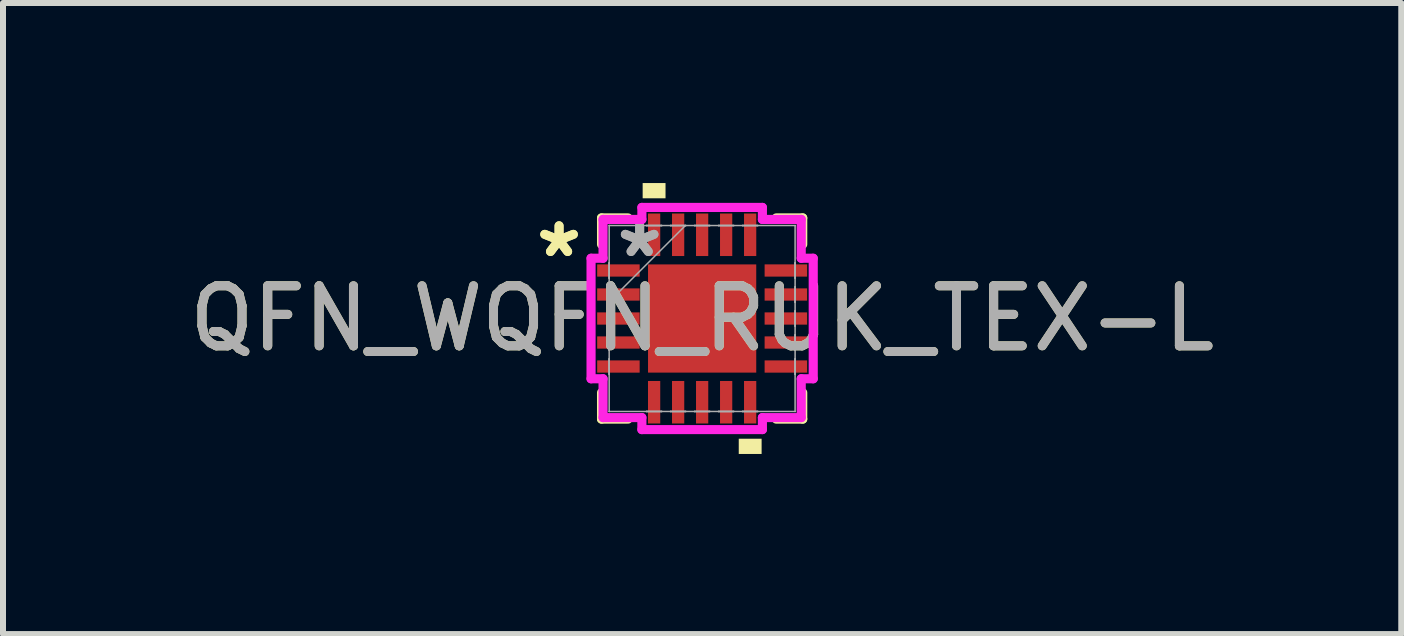
<source format=kicad_pcb>
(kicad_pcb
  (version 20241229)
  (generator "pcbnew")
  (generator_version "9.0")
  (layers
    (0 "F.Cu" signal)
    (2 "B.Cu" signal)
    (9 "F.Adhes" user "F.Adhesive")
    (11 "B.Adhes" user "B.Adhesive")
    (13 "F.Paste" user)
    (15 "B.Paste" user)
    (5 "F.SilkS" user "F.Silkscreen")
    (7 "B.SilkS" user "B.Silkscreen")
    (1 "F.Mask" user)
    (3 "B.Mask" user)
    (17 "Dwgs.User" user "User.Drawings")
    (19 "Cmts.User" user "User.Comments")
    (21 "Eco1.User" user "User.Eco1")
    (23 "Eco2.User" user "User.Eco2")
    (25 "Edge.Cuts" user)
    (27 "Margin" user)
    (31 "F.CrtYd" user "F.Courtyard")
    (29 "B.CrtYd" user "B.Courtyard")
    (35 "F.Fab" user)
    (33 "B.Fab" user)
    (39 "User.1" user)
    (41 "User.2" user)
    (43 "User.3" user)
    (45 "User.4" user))
  (footprint "QFN_WQFN_RUK_TEX-L"
    (layer "F.Cu")
    (at 8.649 2.257)
    (property "Reference" "QFN_WQFN_RUK_TEX-L" (at 0 0 0) (unlocked yes) (layer "F.SilkS") (effects (font (size 1 1) (thickness 0.15))))
    (attr smd)
    (fp_line (start -1.676 -1.676) (end -1.676 -1.235) (stroke (width 0.152) (type solid)) (layer "F.SilkS"))
    (fp_line (start -1.676 1.235) (end -1.676 1.676) (stroke (width 0.152) (type solid)) (layer "F.SilkS"))
    (fp_line (start -1.676 1.676) (end -1.235 1.676) (stroke (width 0.152) (type solid)) (layer "F.SilkS"))
    (fp_line (start -1.235 -1.676) (end -1.676 -1.676) (stroke (width 0.152) (type solid)) (layer "F.SilkS"))
    (fp_line (start 1.235 1.676) (end 1.676 1.676) (stroke (width 0.152) (type solid)) (layer "F.SilkS"))
    (fp_line (start 1.676 -1.676) (end 1.235 -1.676) (stroke (width 0.152) (type solid)) (layer "F.SilkS"))
    (fp_line (start 1.676 -1.235) (end 1.676 -1.676) (stroke (width 0.152) (type solid)) (layer "F.SilkS"))
    (fp_line (start 1.676 1.676) (end 1.676 1.235) (stroke (width 0.152) (type solid)) (layer "F.SilkS"))
    (fp_poly (pts (xy -0.991 -2.003) (xy -0.991 -2.257) (xy -0.61 -2.257) (xy -0.61 -2.003)) (stroke (width 0) (type solid)) (fill yes) (layer "F.SilkS"))
    (fp_poly (pts (xy 0.61 2.003) (xy 0.61 2.257) (xy 0.991 2.257) (xy 0.991 2.003)) (stroke (width 0) (type solid)) (fill yes) (layer "F.SilkS"))
    (fp_line (start -1.851 -1.004) (end -1.651 -1.004) (stroke (width 0.152) (type solid)) (layer "F.CrtYd"))
    (fp_line (start -1.851 1.004) (end -1.851 -1.004) (stroke (width 0.152) (type solid)) (layer "F.CrtYd"))
    (fp_line (start -1.651 -1.651) (end -1.004 -1.651) (stroke (width 0.152) (type solid)) (layer "F.CrtYd"))
    (fp_line (start -1.651 -1.004) (end -1.651 -1.651) (stroke (width 0.152) (type solid)) (layer "F.CrtYd"))
    (fp_line (start -1.651 1.004) (end -1.851 1.004) (stroke (width 0.152) (type solid)) (layer "F.CrtYd"))
    (fp_line (start -1.651 1.651) (end -1.651 1.004) (stroke (width 0.152) (type solid)) (layer "F.CrtYd"))
    (fp_line (start -1.004 -1.851) (end 1.004 -1.851) (stroke (width 0.152) (type solid)) (layer "F.CrtYd"))
    (fp_line (start -1.004 -1.651) (end -1.004 -1.851) (stroke (width 0.152) (type solid)) (layer "F.CrtYd"))
    (fp_line (start -1.004 1.651) (end -1.651 1.651) (stroke (width 0.152) (type solid)) (layer "F.CrtYd"))
    (fp_line (start -1.004 1.851) (end -1.004 1.651) (stroke (width 0.152) (type solid)) (layer "F.CrtYd"))
    (fp_line (start 1.004 -1.851) (end 1.004 -1.651) (stroke (width 0.152) (type solid)) (layer "F.CrtYd"))
    (fp_line (start 1.004 -1.651) (end 1.651 -1.651) (stroke (width 0.152) (type solid)) (layer "F.CrtYd"))
    (fp_line (start 1.004 1.651) (end 1.004 1.851) (stroke (width 0.152) (type solid)) (layer "F.CrtYd"))
    (fp_line (start 1.004 1.851) (end -1.004 1.851) (stroke (width 0.152) (type solid)) (layer "F.CrtYd"))
    (fp_line (start 1.651 -1.651) (end 1.651 -1.004) (stroke (width 0.152) (type solid)) (layer "F.CrtYd"))
    (fp_line (start 1.651 -1.004) (end 1.851 -1.004) (stroke (width 0.152) (type solid)) (layer "F.CrtYd"))
    (fp_line (start 1.651 1.004) (end 1.651 1.651) (stroke (width 0.152) (type solid)) (layer "F.CrtYd"))
    (fp_line (start 1.651 1.651) (end 1.004 1.651) (stroke (width 0.152) (type solid)) (layer "F.CrtYd"))
    (fp_line (start 1.851 -1.004) (end 1.851 1.004) (stroke (width 0.152) (type solid)) (layer "F.CrtYd"))
    (fp_line (start 1.851 1.004) (end 1.651 1.004) (stroke (width 0.152) (type solid)) (layer "F.CrtYd"))
    (fp_line (start -1.549 -1.549) (end -1.549 -1.549) (stroke (width 0.025) (type solid)) (layer "F.Fab"))
    (fp_line (start -1.549 -1.549) (end -1.549 1.549) (stroke (width 0.025) (type solid)) (layer "F.Fab"))
    (fp_line (start -1.549 -0.927) (end -1.549 -0.927) (stroke (width 0.025) (type solid)) (layer "F.Fab"))
    (fp_line (start -1.549 -0.927) (end -1.549 -0.673) (stroke (width 0.025) (type solid)) (layer "F.Fab"))
    (fp_line (start -1.549 -0.673) (end -1.549 -0.927) (stroke (width 0.025) (type solid)) (layer "F.Fab"))
    (fp_line (start -1.549 -0.673) (end -1.549 -0.673) (stroke (width 0.025) (type solid)) (layer "F.Fab"))
    (fp_line (start -1.549 -0.527) (end -1.549 -0.527) (stroke (width 0.025) (type solid)) (layer "F.Fab"))
    (fp_line (start -1.549 -0.527) (end -1.549 -0.273) (stroke (width 0.025) (type solid)) (layer "F.Fab"))
    (fp_line (start -1.549 -0.279) (end -0.279 -1.549) (stroke (width 0.025) (type solid)) (layer "F.Fab"))
    (fp_line (start -1.549 -0.273) (end -1.549 -0.527) (stroke (width 0.025) (type solid)) (layer "F.Fab"))
    (fp_line (start -1.549 -0.273) (end -1.549 -0.273) (stroke (width 0.025) (type solid)) (layer "F.Fab"))
    (fp_line (start -1.549 -0.127) (end -1.549 -0.127) (stroke (width 0.025) (type solid)) (layer "F.Fab"))
    (fp_line (start -1.549 -0.127) (end -1.549 0.127) (stroke (width 0.025) (type solid)) (layer "F.Fab"))
    (fp_line (start -1.549 0.127) (end -1.549 -0.127) (stroke (width 0.025) (type solid)) (layer "F.Fab"))
    (fp_line (start -1.549 0.127) (end -1.549 0.127) (stroke (width 0.025) (type solid)) (layer "F.Fab"))
    (fp_line (start -1.549 0.273) (end -1.549 0.273) (stroke (width 0.025) (type solid)) (layer "F.Fab"))
    (fp_line (start -1.549 0.273) (end -1.549 0.527) (stroke (width 0.025) (type solid)) (layer "F.Fab"))
    (fp_line (start -1.549 0.527) (end -1.549 0.273) (stroke (width 0.025) (type solid)) (layer "F.Fab"))
    (fp_line (start -1.549 0.527) (end -1.549 0.527) (stroke (width 0.025) (type solid)) (layer "F.Fab"))
    (fp_line (start -1.549 0.673) (end -1.549 0.673) (stroke (width 0.025) (type solid)) (layer "F.Fab"))
    (fp_line (start -1.549 0.673) (end -1.549 0.927) (stroke (width 0.025) (type solid)) (layer "F.Fab"))
    (fp_line (start -1.549 0.927) (end -1.549 0.673) (stroke (width 0.025) (type solid)) (layer "F.Fab"))
    (fp_line (start -1.549 0.927) (end -1.549 0.927) (stroke (width 0.025) (type solid)) (layer "F.Fab"))
    (fp_line (start -1.549 1.549) (end -1.549 1.549) (stroke (width 0.025) (type solid)) (layer "F.Fab"))
    (fp_line (start -1.549 1.549) (end 1.549 1.549) (stroke (width 0.025) (type solid)) (layer "F.Fab"))
    (fp_line (start -0.927 -1.549) (end -0.927 -1.549) (stroke (width 0.025) (type solid)) (layer "F.Fab"))
    (fp_line (start -0.927 -1.549) (end -0.673 -1.549) (stroke (width 0.025) (type solid)) (layer "F.Fab"))
    (fp_line (start -0.927 1.549) (end -0.927 1.549) (stroke (width 0.025) (type solid)) (layer "F.Fab"))
    (fp_line (start -0.927 1.549) (end -0.673 1.549) (stroke (width 0.025) (type solid)) (layer "F.Fab"))
    (fp_line (start -0.673 -1.549) (end -0.927 -1.549) (stroke (width 0.025) (type solid)) (layer "F.Fab"))
    (fp_line (start -0.673 -1.549) (end -0.673 -1.549) (stroke (width 0.025) (type solid)) (layer "F.Fab"))
    (fp_line (start -0.673 1.549) (end -0.927 1.549) (stroke (width 0.025) (type solid)) (layer "F.Fab"))
    (fp_line (start -0.673 1.549) (end -0.673 1.549) (stroke (width 0.025) (type solid)) (layer "F.Fab"))
    (fp_line (start -0.527 -1.549) (end -0.527 -1.549) (stroke (width 0.025) (type solid)) (layer "F.Fab"))
    (fp_line (start -0.527 -1.549) (end -0.273 -1.549) (stroke (width 0.025) (type solid)) (layer "F.Fab"))
    (fp_line (start -0.527 1.549) (end -0.527 1.549) (stroke (width 0.025) (type solid)) (layer "F.Fab"))
    (fp_line (start -0.527 1.549) (end -0.273 1.549) (stroke (width 0.025) (type solid)) (layer "F.Fab"))
    (fp_line (start -0.273 -1.549) (end -0.527 -1.549) (stroke (width 0.025) (type solid)) (layer "F.Fab"))
    (fp_line (start -0.273 -1.549) (end -0.273 -1.549) (stroke (width 0.025) (type solid)) (layer "F.Fab"))
    (fp_line (start -0.273 1.549) (end -0.527 1.549) (stroke (width 0.025) (type solid)) (layer "F.Fab"))
    (fp_line (start -0.273 1.549) (end -0.273 1.549) (stroke (width 0.025) (type solid)) (layer "F.Fab"))
    (fp_line (start -0.127 -1.549) (end -0.127 -1.549) (stroke (width 0.025) (type solid)) (layer "F.Fab"))
    (fp_line (start -0.127 -1.549) (end 0.127 -1.549) (stroke (width 0.025) (type solid)) (layer "F.Fab"))
    (fp_line (start -0.127 1.549) (end -0.127 1.549) (stroke (width 0.025) (type solid)) (layer "F.Fab"))
    (fp_line (start -0.127 1.549) (end 0.127 1.549) (stroke (width 0.025) (type solid)) (layer "F.Fab"))
    (fp_line (start 0.127 -1.549) (end -0.127 -1.549) (stroke (width 0.025) (type solid)) (layer "F.Fab"))
    (fp_line (start 0.127 -1.549) (end 0.127 -1.549) (stroke (width 0.025) (type solid)) (layer "F.Fab"))
    (fp_line (start 0.127 1.549) (end -0.127 1.549) (stroke (width 0.025) (type solid)) (layer "F.Fab"))
    (fp_line (start 0.127 1.549) (end 0.127 1.549) (stroke (width 0.025) (type solid)) (layer "F.Fab"))
    (fp_line (start 0.273 -1.549) (end 0.273 -1.549) (stroke (width 0.025) (type solid)) (layer "F.Fab"))
    (fp_line (start 0.273 -1.549) (end 0.527 -1.549) (stroke (width 0.025) (type solid)) (layer "F.Fab"))
    (fp_line (start 0.273 1.549) (end 0.273 1.549) (stroke (width 0.025) (type solid)) (layer "F.Fab"))
    (fp_line (start 0.273 1.549) (end 0.527 1.549) (stroke (width 0.025) (type solid)) (layer "F.Fab"))
    (fp_line (start 0.527 -1.549) (end 0.273 -1.549) (stroke (width 0.025) (type solid)) (layer "F.Fab"))
    (fp_line (start 0.527 -1.549) (end 0.527 -1.549) (stroke (width 0.025) (type solid)) (layer "F.Fab"))
    (fp_line (start 0.527 1.549) (end 0.273 1.549) (stroke (width 0.025) (type solid)) (layer "F.Fab"))
    (fp_line (start 0.527 1.549) (end 0.527 1.549) (stroke (width 0.025) (type solid)) (layer "F.Fab"))
    (fp_line (start 0.673 -1.549) (end 0.673 -1.549) (stroke (width 0.025) (type solid)) (layer "F.Fab"))
    (fp_line (start 0.673 -1.549) (end 0.927 -1.549) (stroke (width 0.025) (type solid)) (layer "F.Fab"))
    (fp_line (start 0.673 1.549) (end 0.673 1.549) (stroke (width 0.025) (type solid)) (layer "F.Fab"))
    (fp_line (start 0.673 1.549) (end 0.927 1.549) (stroke (width 0.025) (type solid)) (layer "F.Fab"))
    (fp_line (start 0.927 -1.549) (end 0.673 -1.549) (stroke (width 0.025) (type solid)) (layer "F.Fab"))
    (fp_line (start 0.927 -1.549) (end 0.927 -1.549) (stroke (width 0.025) (type solid)) (layer "F.Fab"))
    (fp_line (start 0.927 1.549) (end 0.673 1.549) (stroke (width 0.025) (type solid)) (layer "F.Fab"))
    (fp_line (start 0.927 1.549) (end 0.927 1.549) (stroke (width 0.025) (type solid)) (layer "F.Fab"))
    (fp_line (start 1.549 -1.549) (end -1.549 -1.549) (stroke (width 0.025) (type solid)) (layer "F.Fab"))
    (fp_line (start 1.549 -1.549) (end 1.549 -1.549) (stroke (width 0.025) (type solid)) (layer "F.Fab"))
    (fp_line (start 1.549 -0.927) (end 1.549 -0.927) (stroke (width 0.025) (type solid)) (layer "F.Fab"))
    (fp_line (start 1.549 -0.927) (end 1.549 -0.673) (stroke (width 0.025) (type solid)) (layer "F.Fab"))
    (fp_line (start 1.549 -0.673) (end 1.549 -0.927) (stroke (width 0.025) (type solid)) (layer "F.Fab"))
    (fp_line (start 1.549 -0.673) (end 1.549 -0.673) (stroke (width 0.025) (type solid)) (layer "F.Fab"))
    (fp_line (start 1.549 -0.527) (end 1.549 -0.527) (stroke (width 0.025) (type solid)) (layer "F.Fab"))
    (fp_line (start 1.549 -0.527) (end 1.549 -0.273) (stroke (width 0.025) (type solid)) (layer "F.Fab"))
    (fp_line (start 1.549 -0.273) (end 1.549 -0.527) (stroke (width 0.025) (type solid)) (layer "F.Fab"))
    (fp_line (start 1.549 -0.273) (end 1.549 -0.273) (stroke (width 0.025) (type solid)) (layer "F.Fab"))
    (fp_line (start 1.549 -0.127) (end 1.549 -0.127) (stroke (width 0.025) (type solid)) (layer "F.Fab"))
    (fp_line (start 1.549 -0.127) (end 1.549 0.127) (stroke (width 0.025) (type solid)) (layer "F.Fab"))
    (fp_line (start 1.549 0.127) (end 1.549 -0.127) (stroke (width 0.025) (type solid)) (layer "F.Fab"))
    (fp_line (start 1.549 0.127) (end 1.549 0.127) (stroke (width 0.025) (type solid)) (layer "F.Fab"))
    (fp_line (start 1.549 0.273) (end 1.549 0.273) (stroke (width 0.025) (type solid)) (layer "F.Fab"))
    (fp_line (start 1.549 0.273) (end 1.549 0.527) (stroke (width 0.025) (type solid)) (layer "F.Fab"))
    (fp_line (start 1.549 0.527) (end 1.549 0.273) (stroke (width 0.025) (type solid)) (layer "F.Fab"))
    (fp_line (start 1.549 0.527) (end 1.549 0.527) (stroke (width 0.025) (type solid)) (layer "F.Fab"))
    (fp_line (start 1.549 0.673) (end 1.549 0.673) (stroke (width 0.025) (type solid)) (layer "F.Fab"))
    (fp_line (start 1.549 0.673) (end 1.549 0.927) (stroke (width 0.025) (type solid)) (layer "F.Fab"))
    (fp_line (start 1.549 0.927) (end 1.549 0.673) (stroke (width 0.025) (type solid)) (layer "F.Fab"))
    (fp_line (start 1.549 0.927) (end 1.549 0.927) (stroke (width 0.025) (type solid)) (layer "F.Fab"))
    (fp_line (start 1.549 1.549) (end 1.549 -1.549) (stroke (width 0.025) (type solid)) (layer "F.Fab"))
    (fp_line (start 1.549 1.549) (end 1.549 1.549) (stroke (width 0.025) (type solid)) (layer "F.Fab"))
    (fp_text user "*" (at -2.384 -1 0) (layer "F.SilkS") (effects (font (size 1 1) (thickness 0.15))))
    (fp_text user "*" (at -2.384 -1 0) (unlocked yes) (layer "F.SilkS") (effects (font (size 1 1) (thickness 0.15))))
    (fp_text user "${REFERENCE}" (at 0 0 0) (unlocked yes) (layer "F.Fab") (effects (font (size 1 1) (thickness 0.15))))
    (fp_text user "*" (at -1.041 -1 0) (unlocked yes) (layer "F.Fab") (effects (font (size 1 1) (thickness 0.15))))
    (fp_text user "*" (at -1.041 -1 0) (layer "F.Fab") (effects (font (size 1 1) (thickness 0.15))))
    (pad "1" smd rect (at -1.395 -0.8 90) (size 0.204 0.708) (layers "F.Cu" "F.Mask" "F.Paste"))
    (pad "2" smd rect (at -1.395 -0.4 90) (size 0.204 0.708) (layers "F.Cu" "F.Mask" "F.Paste"))
    (pad "3" smd rect (at -1.395 0 90) (size 0.204 0.708) (layers "F.Cu" "F.Mask" "F.Paste"))
    (pad "4" smd rect (at -1.395 0.4 90) (size 0.204 0.708) (layers "F.Cu" "F.Mask" "F.Paste"))
    (pad "5" smd rect (at -1.395 0.8 90) (size 0.204 0.708) (layers "F.Cu" "F.Mask" "F.Paste"))
    (pad "6" smd rect (at -0.8 1.395) (size 0.204 0.708) (layers "F.Cu" "F.Mask" "F.Paste"))
    (pad "7" smd rect (at -0.4 1.395) (size 0.204 0.708) (layers "F.Cu" "F.Mask" "F.Paste"))
    (pad "8" smd rect (at 0 1.395) (size 0.204 0.708) (layers "F.Cu" "F.Mask" "F.Paste"))
    (pad "9" smd rect (at 0.4 1.395) (size 0.204 0.708) (layers "F.Cu" "F.Mask" "F.Paste"))
    (pad "10" smd rect (at 0.8 1.395) (size 0.204 0.708) (layers "F.Cu" "F.Mask" "F.Paste"))
    (pad "11" smd rect (at 1.395 0.8 90) (size 0.204 0.708) (layers "F.Cu" "F.Mask" "F.Paste"))
    (pad "12" smd rect (at 1.395 0.4 90) (size 0.204 0.708) (layers "F.Cu" "F.Mask" "F.Paste"))
    (pad "13" smd rect (at 1.395 0 90) (size 0.204 0.708) (layers "F.Cu" "F.Mask" "F.Paste"))
    (pad "14" smd rect (at 1.395 -0.4 90) (size 0.204 0.708) (layers "F.Cu" "F.Mask" "F.Paste"))
    (pad "15" smd rect (at 1.395 -0.8 90) (size 0.204 0.708) (layers "F.Cu" "F.Mask" "F.Paste"))
    (pad "16" smd rect (at 0.8 -1.395) (size 0.204 0.708) (layers "F.Cu" "F.Mask" "F.Paste"))
    (pad "17" smd rect (at 0.4 -1.395) (size 0.204 0.708) (layers "F.Cu" "F.Mask" "F.Paste"))
    (pad "18" smd rect (at 0 -1.395) (size 0.204 0.708) (layers "F.Cu" "F.Mask" "F.Paste"))
    (pad "19" smd rect (at -0.4 -1.395) (size 0.204 0.708) (layers "F.Cu" "F.Mask" "F.Paste"))
    (pad "20" smd rect (at -0.8 -1.395) (size 0.204 0.708) (layers "F.Cu" "F.Mask" "F.Paste"))
    (pad "21" smd rect (at 0 0) (size 1.803 1.803) (layers "F.Cu" "F.Mask" "F.Paste")))
  (gr_rect
    (start -3 -3)
    (end 20.298 7.515)
    (stroke (width 0.1) (type default))
    (fill no)
    (layer "Edge.Cuts")))
</source>
